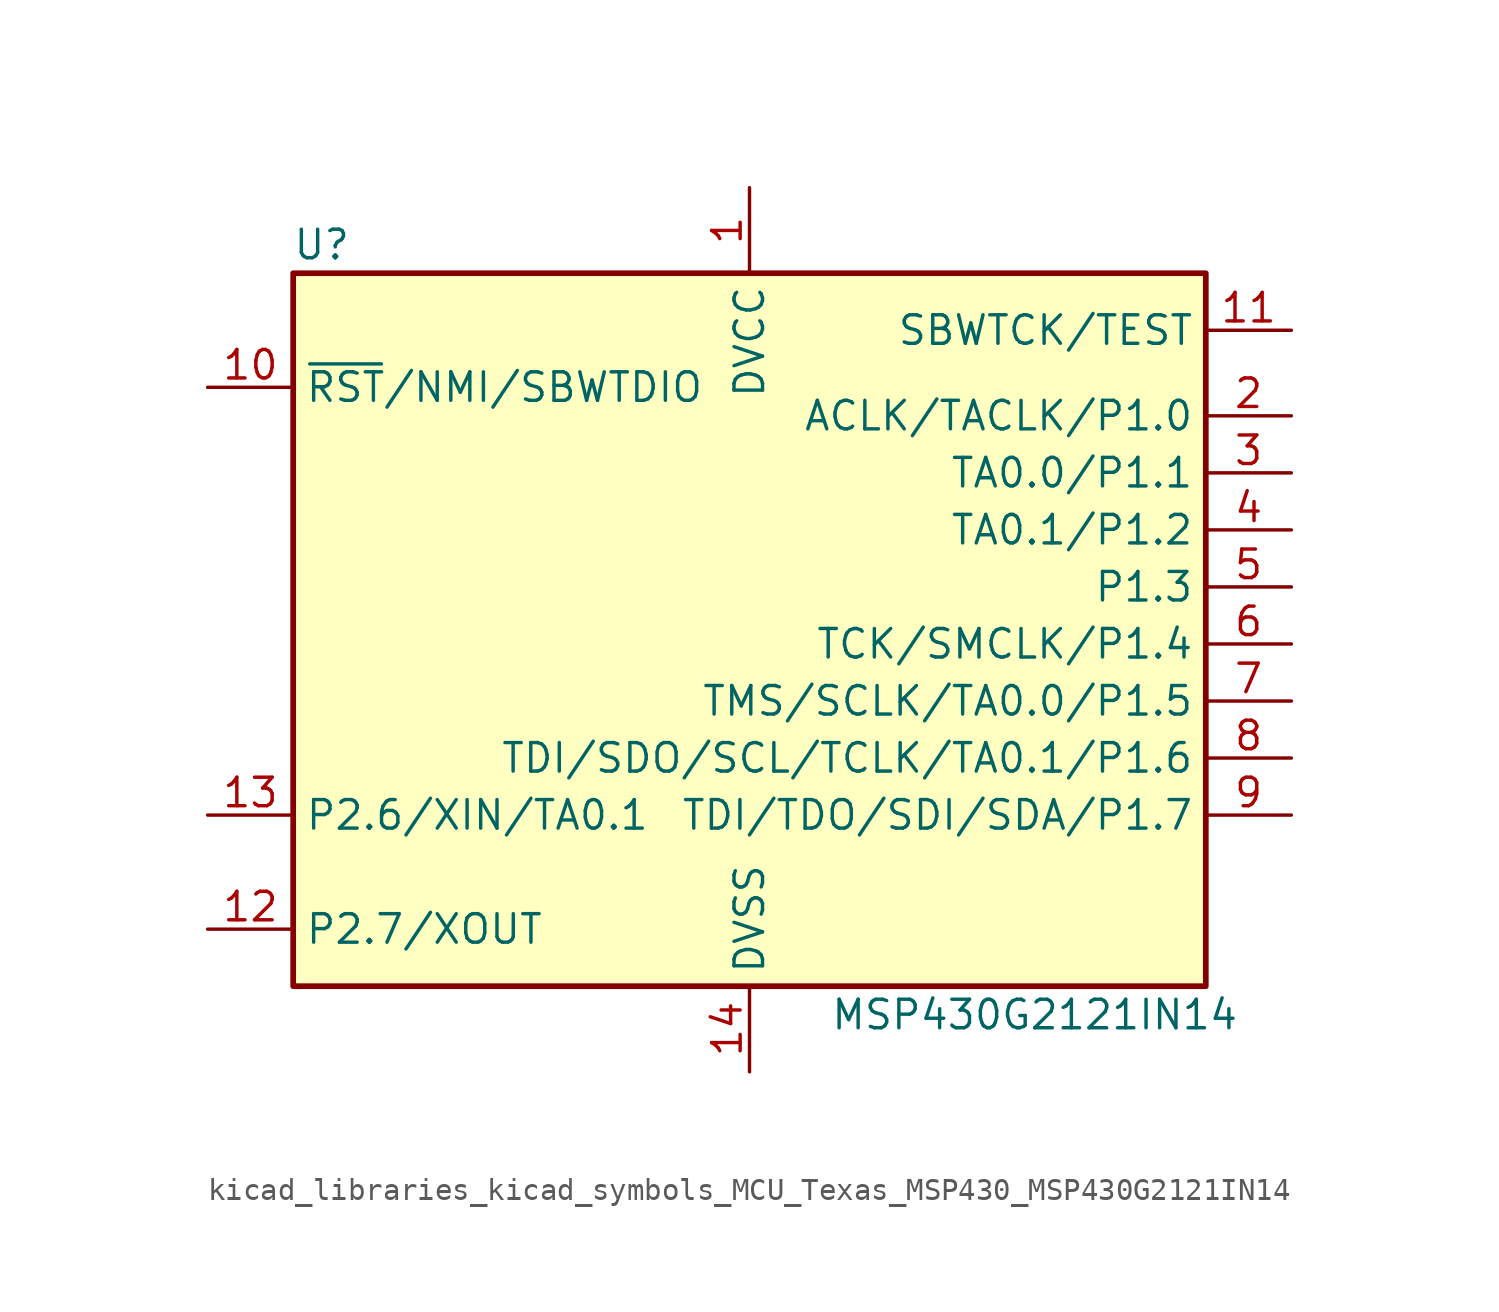
<source format=kicad_sym>
(kicad_symbol_lib
  (version 20220914)
  (generator kicad_symbol_editor)
  (symbol "kicad_libraries_kicad_symbols_MCU_Texas_MSP430_MSP430G2121IN14"
    (property "Reference" "U"
      (at -19.05 17.78 0)
      (effects (font (size 1.27 1.27))))
    (property "Value" "MSP430G2121IN14"
      (at 12.7 -16.51 0)
      (effects (font (size 1.27 1.27))))
    (symbol "kicad_libraries_kicad_symbols_MCU_Texas_MSP430_MSP430G2121IN14_0_1"
      (rectangle (start -20.32 16.51) (end 20.32 -15.24) (stroke (width 0.254) (type default)) (fill (type background))))
    (symbol "kicad_libraries_kicad_symbols_MCU_Texas_MSP430_MSP430G2121IN14_1_1"
      (pin power_in line (at 0 20.32 270) (length 3.81) (name "DVCC" (effects (font (size 1.27 1.27)))) (number "1" (effects (font (size 1.27 1.27)))))
      (pin input line (at -24.13 11.43 0) (length 3.81) (name "~{RST}/NMI/SBWTDIO" (effects (font (size 1.27 1.27)))) (number "10" (effects (font (size 1.27 1.27)))))
      (pin input line (at 24.13 13.97 180) (length 3.81) (name "SBWTCK/TEST" (effects (font (size 1.27 1.27)))) (number "11" (effects (font (size 1.27 1.27)))))
      (pin bidirectional line (at -24.13 -12.7 0) (length 3.81) (name "P2.7/XOUT" (effects (font (size 1.27 1.27)))) (number "12" (effects (font (size 1.27 1.27)))))
      (pin bidirectional line (at -24.13 -7.62 0) (length 3.81) (name "P2.6/XIN/TA0.1" (effects (font (size 1.27 1.27)))) (number "13" (effects (font (size 1.27 1.27)))))
      (pin power_in line (at 0 -19.05 90) (length 3.81) (name "DVSS" (effects (font (size 1.27 1.27)))) (number "14" (effects (font (size 1.27 1.27)))))
      (pin bidirectional line (at 24.13 10.16 180) (length 3.81) (name "ACLK/TACLK/P1.0" (effects (font (size 1.27 1.27)))) (number "2" (effects (font (size 1.27 1.27)))))
      (pin bidirectional line (at 24.13 7.62 180) (length 3.81) (name "TA0.0/P1.1" (effects (font (size 1.27 1.27)))) (number "3" (effects (font (size 1.27 1.27)))))
      (pin bidirectional line (at 24.13 5.08 180) (length 3.81) (name "TA0.1/P1.2" (effects (font (size 1.27 1.27)))) (number "4" (effects (font (size 1.27 1.27)))))
      (pin bidirectional line (at 24.13 2.54 180) (length 3.81) (name "P1.3" (effects (font (size 1.27 1.27)))) (number "5" (effects (font (size 1.27 1.27)))))
      (pin bidirectional line (at 24.13 0 180) (length 3.81) (name "TCK/SMCLK/P1.4" (effects (font (size 1.27 1.27)))) (number "6" (effects (font (size 1.27 1.27)))))
      (pin bidirectional line (at 24.13 -2.54 180) (length 3.81) (name "TMS/SCLK/TA0.0/P1.5" (effects (font (size 1.27 1.27)))) (number "7" (effects (font (size 1.27 1.27)))))
      (pin bidirectional line (at 24.13 -5.08 180) (length 3.81) (name "TDI/SDO/SCL/TCLK/TA0.1/P1.6" (effects (font (size 1.27 1.27)))) (number "8" (effects (font (size 1.27 1.27)))))
      (pin bidirectional line (at 24.13 -7.62 180) (length 3.81) (name "TDI/TDO/SDI/SDA/P1.7" (effects (font (size 1.27 1.27)))) (number "9" (effects (font (size 1.27 1.27))))))))
</source>
